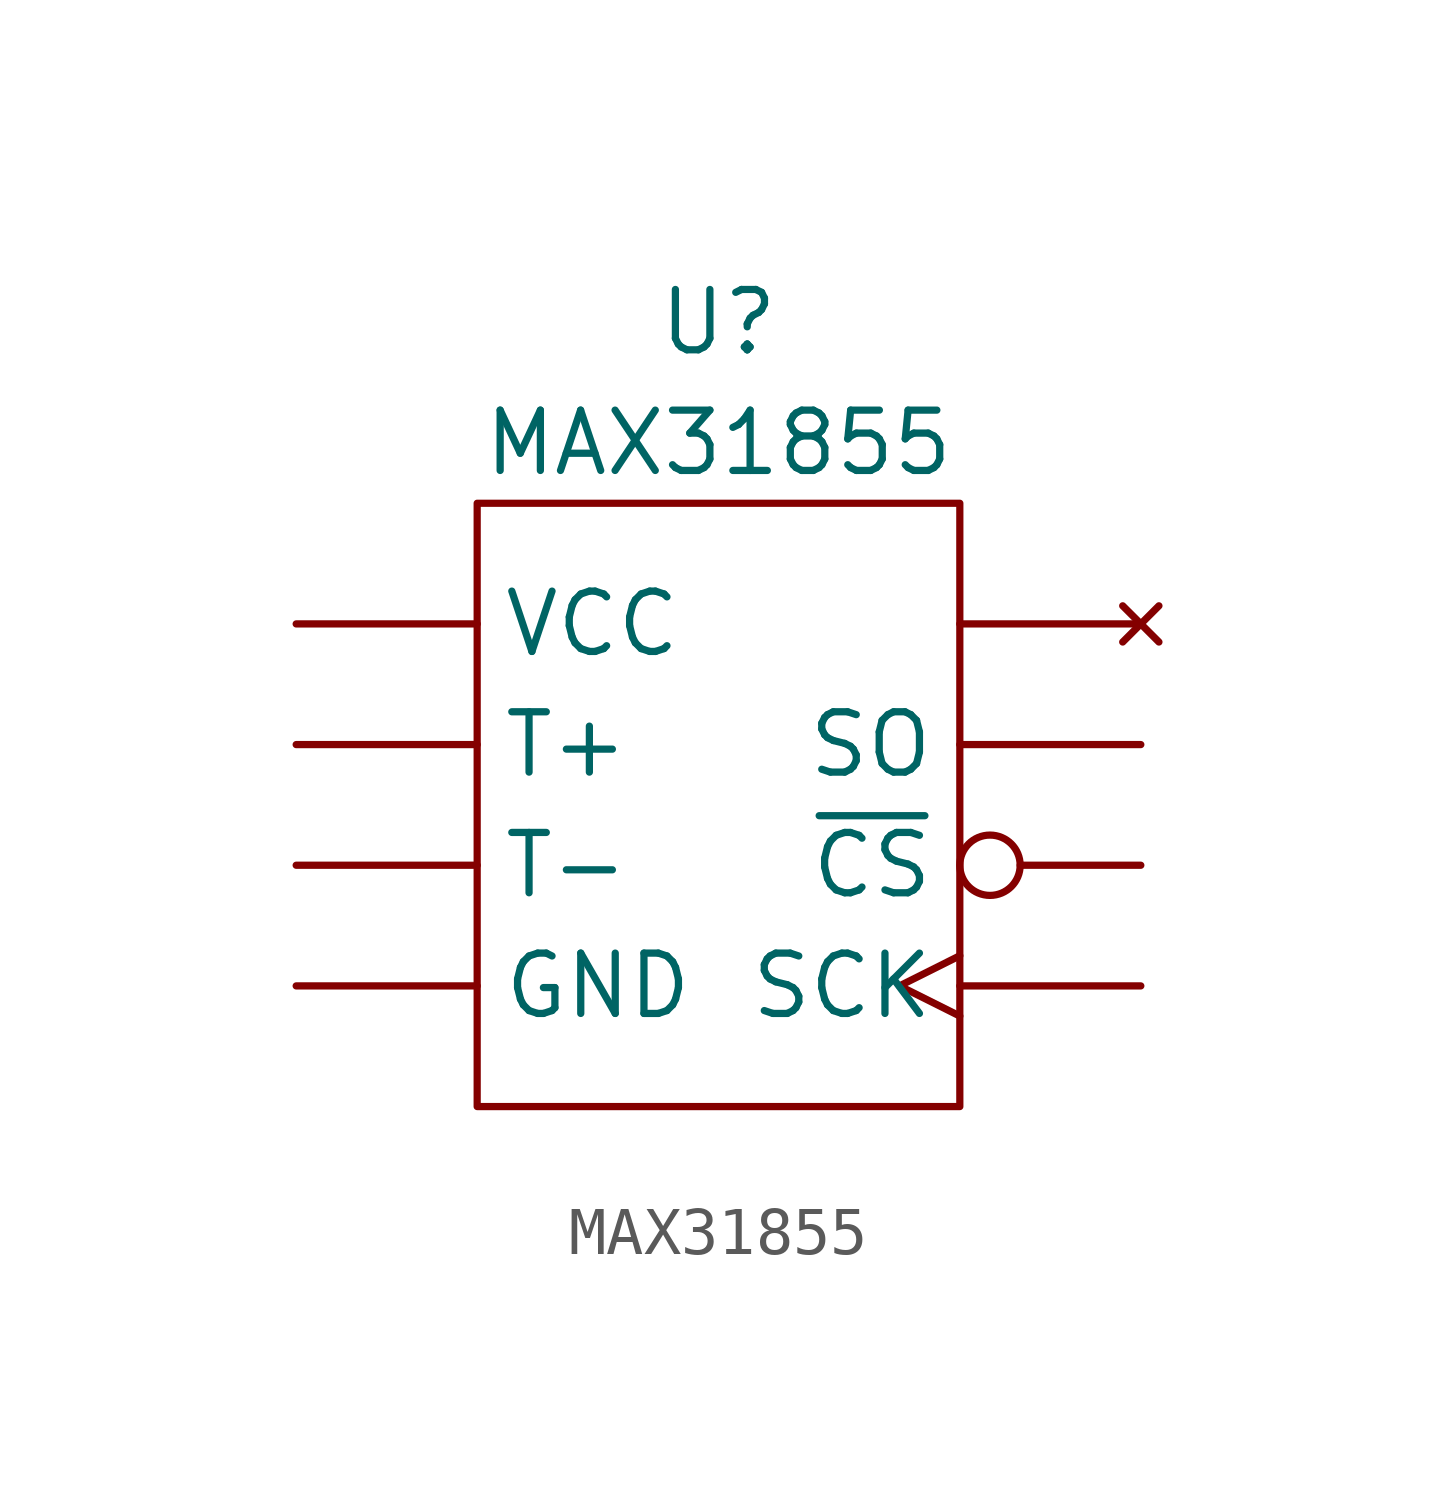
<source format=kicad_sym>
(kicad_symbol_lib
  (version 20211014)
  (generator kicad_symbol_editor)
  (symbol "MAX31855"
    (pin_numbers hide)
    (property "Reference" "U"
      (at 0 10.16 0)
      (effects (font (size 1.27 1.27))))
    (property "Value" "MAX31855"
      (at 0 7.62 0)
      (effects (font (size 1.27 1.27))))
    (symbol "MAX31855_0_1"
      (rectangle (start -5.08 6.35) (end 5.08 -6.35) (stroke (width 0.152) (type default) (color 0 0 0 0)) (fill (type none))))
    (symbol "MAX31855_1_1"
      (pin power_in line (at -8.89 -3.81 0) (length 3.81) (name "GND" (effects (font (size 1.27 1.27)))) (number "1" (effects (font (size 1.27 1.27)))))
      (pin input line (at -8.89 -1.27 0) (length 3.81) (name "T-" (effects (font (size 1.27 1.27)))) (number "2" (effects (font (size 1.27 1.27)))))
      (pin input line (at -8.89 1.27 0) (length 3.81) (name "T+" (effects (font (size 1.27 1.27)))) (number "3" (effects (font (size 1.27 1.27)))))
      (pin power_in line (at -8.89 3.81 0) (length 3.81) (name "VCC" (effects (font (size 1.27 1.27)))) (number "4" (effects (font (size 1.27 1.27)))))
      (pin input clock (at 8.89 -3.81 180) (length 3.81) (name "SCK" (effects (font (size 1.27 1.27)))) (number "5" (effects (font (size 1.27 1.27)))))
      (pin input inverted (at 8.89 -1.27 180) (length 3.81) (name "~{CS}" (effects (font (size 1.27 1.27)))) (number "6" (effects (font (size 1.27 1.27)))))
      (pin output line (at 8.89 1.27 180) (length 3.81) (name "SO" (effects (font (size 1.27 1.27)))) (number "7" (effects (font (size 1.27 1.27)))))
      (pin no_connect line (at 8.89 3.81 180) (length 3.81) (name "" (effects (font (size 1.27 1.27)))) (number "8" (effects (font (size 1.27 1.27))))))))
</source>
